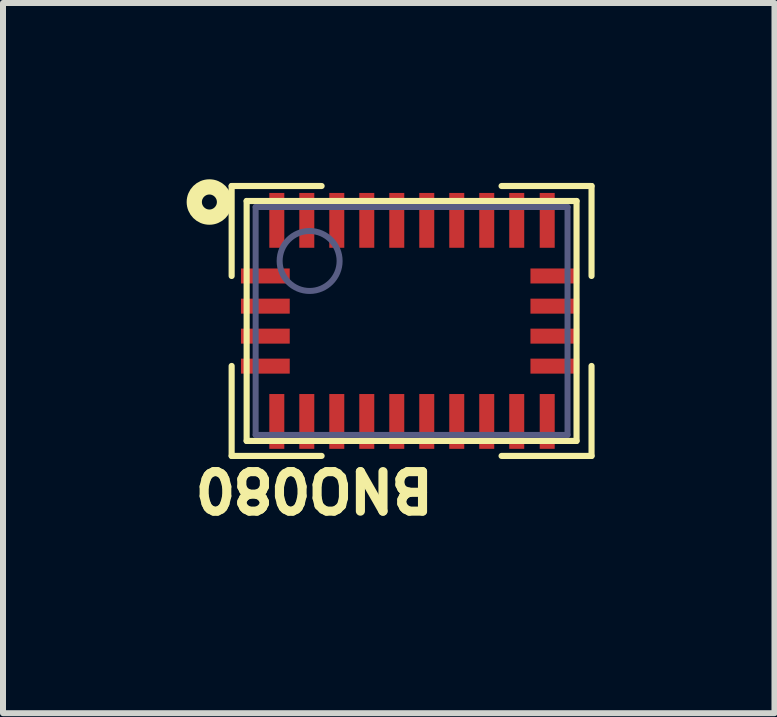
<source format=kicad_pcb>
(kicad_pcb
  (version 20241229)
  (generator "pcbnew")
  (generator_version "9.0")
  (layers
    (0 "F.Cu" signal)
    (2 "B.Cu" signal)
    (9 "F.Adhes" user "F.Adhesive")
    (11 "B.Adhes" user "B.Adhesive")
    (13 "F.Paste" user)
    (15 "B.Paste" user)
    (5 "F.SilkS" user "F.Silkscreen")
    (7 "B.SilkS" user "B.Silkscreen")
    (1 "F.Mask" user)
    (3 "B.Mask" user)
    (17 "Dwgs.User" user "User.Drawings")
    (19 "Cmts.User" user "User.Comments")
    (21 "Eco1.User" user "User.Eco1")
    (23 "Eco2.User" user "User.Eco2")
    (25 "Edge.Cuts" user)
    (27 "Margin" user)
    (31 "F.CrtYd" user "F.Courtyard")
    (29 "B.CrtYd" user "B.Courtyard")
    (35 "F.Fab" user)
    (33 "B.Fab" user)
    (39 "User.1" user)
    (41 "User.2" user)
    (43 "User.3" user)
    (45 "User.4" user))
  (footprint "BNO080"
    (layer "F.Cu")
    (at 3.812 2.301)
    (property "Reference" "BNO080" (at 0.439 2.423 180) (unlocked yes) (layer "F.SilkS") (effects (font (size 0.659 0.659) (thickness 0.152)) (justify left bottom)))
    (fp_line (start -3 -2.25) (end -3 -0.75) (stroke (width 0.102) (type solid)) (layer "F.SilkS"))
    (fp_line (start -3 0.75) (end -3 2.25) (stroke (width 0.102) (type solid)) (layer "F.SilkS"))
    (fp_line (start -2.75 -2) (end -2.75 2) (stroke (width 0.102) (type solid)) (layer "F.SilkS"))
    (fp_line (start -1.5 -2.25) (end -3 -2.25) (stroke (width 0.102) (type solid)) (layer "F.SilkS"))
    (fp_line (start -1.5 2.25) (end -3 2.25) (stroke (width 0.102) (type solid)) (layer "F.SilkS"))
    (fp_line (start 2.75 -2) (end -2.75 -2) (stroke (width 0.102) (type solid)) (layer "F.SilkS"))
    (fp_line (start 2.75 -2) (end 2.75 2) (stroke (width 0.102) (type solid)) (layer "F.SilkS"))
    (fp_line (start 2.75 2) (end -2.75 2) (stroke (width 0.102) (type solid)) (layer "F.SilkS"))
    (fp_line (start 3 -2.25) (end 1.5 -2.25) (stroke (width 0.102) (type solid)) (layer "F.SilkS"))
    (fp_line (start 3 -2.25) (end 3 -0.75) (stroke (width 0.102) (type solid)) (layer "F.SilkS"))
    (fp_line (start 3 0.75) (end 3 2.25) (stroke (width 0.102) (type solid)) (layer "F.SilkS"))
    (fp_line (start 3 2.25) (end 1.5 2.25) (stroke (width 0.102) (type solid)) (layer "F.SilkS"))
    (fp_circle (center -3.371 -1.983) (end -3.371 -1.858) (stroke (width 0.254) (type solid)) (fill no) (layer "F.SilkS"))
    (fp_line (start -2.85 -2.15) (end -2.85 2.15) (stroke (width 0.05) (type solid)) (layer "Eco1.User"))
    (fp_line (start -2.85 -2.15) (end 2.85 -2.15) (stroke (width 0.05) (type solid)) (layer "Eco1.User"))
    (fp_line (start -2.85 2.15) (end 2.85 2.15) (stroke (width 0.05) (type solid)) (layer "Eco1.User"))
    (fp_line (start -0.5 0.00001) (end 0.5 0.00001) (stroke (width 0.1) (type solid)) (layer "Eco1.User"))
    (fp_line (start 0 -0.5) (end 0 0.5) (stroke (width 0.1) (type solid)) (layer "Eco1.User"))
    (fp_line (start 2.85 -2.15) (end 2.85 2.15) (stroke (width 0.05) (type solid)) (layer "Eco1.User"))
    (fp_line (start -2.6 -1.9) (end -2.6 1.9) (stroke (width 0.1) (type solid)) (layer "B.Fab"))
    (fp_line (start -2.6 -1.9) (end 2.6 -1.9) (stroke (width 0.1) (type solid)) (layer "B.Fab"))
    (fp_line (start -2.6 1.9) (end 2.6 1.9) (stroke (width 0.1) (type solid)) (layer "B.Fab"))
    (fp_line (start 2.6 -1.9) (end 2.6 1.9) (stroke (width 0.1) (type solid)) (layer "B.Fab"))
    (fp_circle (center -1.7 -1) (end -1.2 -1) (stroke (width 0.1) (type solid)) (fill no) (layer "B.Fab"))
    (pad "1" smd rect (at -2.247 -1.677) (size 0.25 0.914) (layers "F.Cu" "F.Mask" "F.Paste"))
    (pad "2" smd rect (at -2.438 -0.75 90) (size 0.25 0.813) (layers "F.Cu" "F.Mask" "F.Paste"))
    (pad "3" smd rect (at -2.438 -0.247 90) (size 0.25 0.813) (layers "F.Cu" "F.Mask" "F.Paste"))
    (pad "4" smd rect (at -2.438 0.253 90) (size 0.25 0.813) (layers "F.Cu" "F.Mask" "F.Paste"))
    (pad "5" smd rect (at -2.438 0.753 90) (size 0.25 0.813) (layers "F.Cu" "F.Mask" "F.Paste"))
    (pad "6" smd rect (at -2.247 1.675 180) (size 0.25 0.914) (layers "F.Cu" "F.Mask" "F.Paste"))
    (pad "7" smd rect (at -1.747 1.675 180) (size 0.25 0.914) (layers "F.Cu" "F.Mask" "F.Paste"))
    (pad "8" smd rect (at -1.247 1.675 180) (size 0.25 0.914) (layers "F.Cu" "F.Mask" "F.Paste"))
    (pad "9" smd rect (at -0.747 1.675 180) (size 0.25 0.914) (layers "F.Cu" "F.Mask" "F.Paste"))
    (pad "10" smd rect (at -0.247 1.675 180) (size 0.25 0.914) (layers "F.Cu" "F.Mask" "F.Paste"))
    (pad "11" smd rect (at 0.253 1.675 180) (size 0.25 0.914) (layers "F.Cu" "F.Mask" "F.Paste"))
    (pad "12" smd rect (at 0.753 1.675 180) (size 0.25 0.914) (layers "F.Cu" "F.Mask" "F.Paste"))
    (pad "13" smd rect (at 1.253 1.675 180) (size 0.25 0.914) (layers "F.Cu" "F.Mask" "F.Paste"))
    (pad "14" smd rect (at 1.753 1.675 180) (size 0.25 0.914) (layers "F.Cu" "F.Mask" "F.Paste"))
    (pad "15" smd rect (at 2.261 1.675 180) (size 0.25 0.914) (layers "F.Cu" "F.Mask" "F.Paste"))
    (pad "16" smd rect (at 2.388 0.753 270) (size 0.25 0.813) (layers "F.Cu" "F.Mask" "F.Paste"))
    (pad "17" smd rect (at 2.388 0.253 270) (size 0.25 0.813) (layers "F.Cu" "F.Mask" "F.Paste"))
    (pad "18" smd rect (at 2.388 -0.247 270) (size 0.25 0.813) (layers "F.Cu" "F.Mask" "F.Paste"))
    (pad "19" smd rect (at 2.388 -0.75 270) (size 0.25 0.813) (layers "F.Cu" "F.Mask" "F.Paste"))
    (pad "20" smd rect (at 2.261 -1.677) (size 0.25 0.914) (layers "F.Cu" "F.Mask" "F.Paste"))
    (pad "21" smd rect (at 1.753 -1.677) (size 0.25 0.914) (layers "F.Cu" "F.Mask" "F.Paste"))
    (pad "22" smd rect (at 1.253 -1.677) (size 0.25 0.914) (layers "F.Cu" "F.Mask" "F.Paste"))
    (pad "23" smd rect (at 0.753 -1.677) (size 0.25 0.914) (layers "F.Cu" "F.Mask" "F.Paste"))
    (pad "24" smd rect (at 0.253 -1.677) (size 0.25 0.914) (layers "F.Cu" "F.Mask" "F.Paste"))
    (pad "25" smd rect (at -0.247 -1.677) (size 0.25 0.914) (layers "F.Cu" "F.Mask" "F.Paste"))
    (pad "26" smd rect (at -0.747 -1.677) (size 0.25 0.914) (layers "F.Cu" "F.Mask" "F.Paste"))
    (pad "27" smd rect (at -1.247 -1.677) (size 0.25 0.914) (layers "F.Cu" "F.Mask" "F.Paste"))
    (pad "28" smd rect (at -1.747 -1.677) (size 0.25 0.914) (layers "F.Cu" "F.Mask" "F.Paste")))
  (gr_rect
    (start -3 -3)
    (end 9.862 8.84)
    (stroke (width 0.1) (type default))
    (fill no)
    (layer "Edge.Cuts")))
</source>
